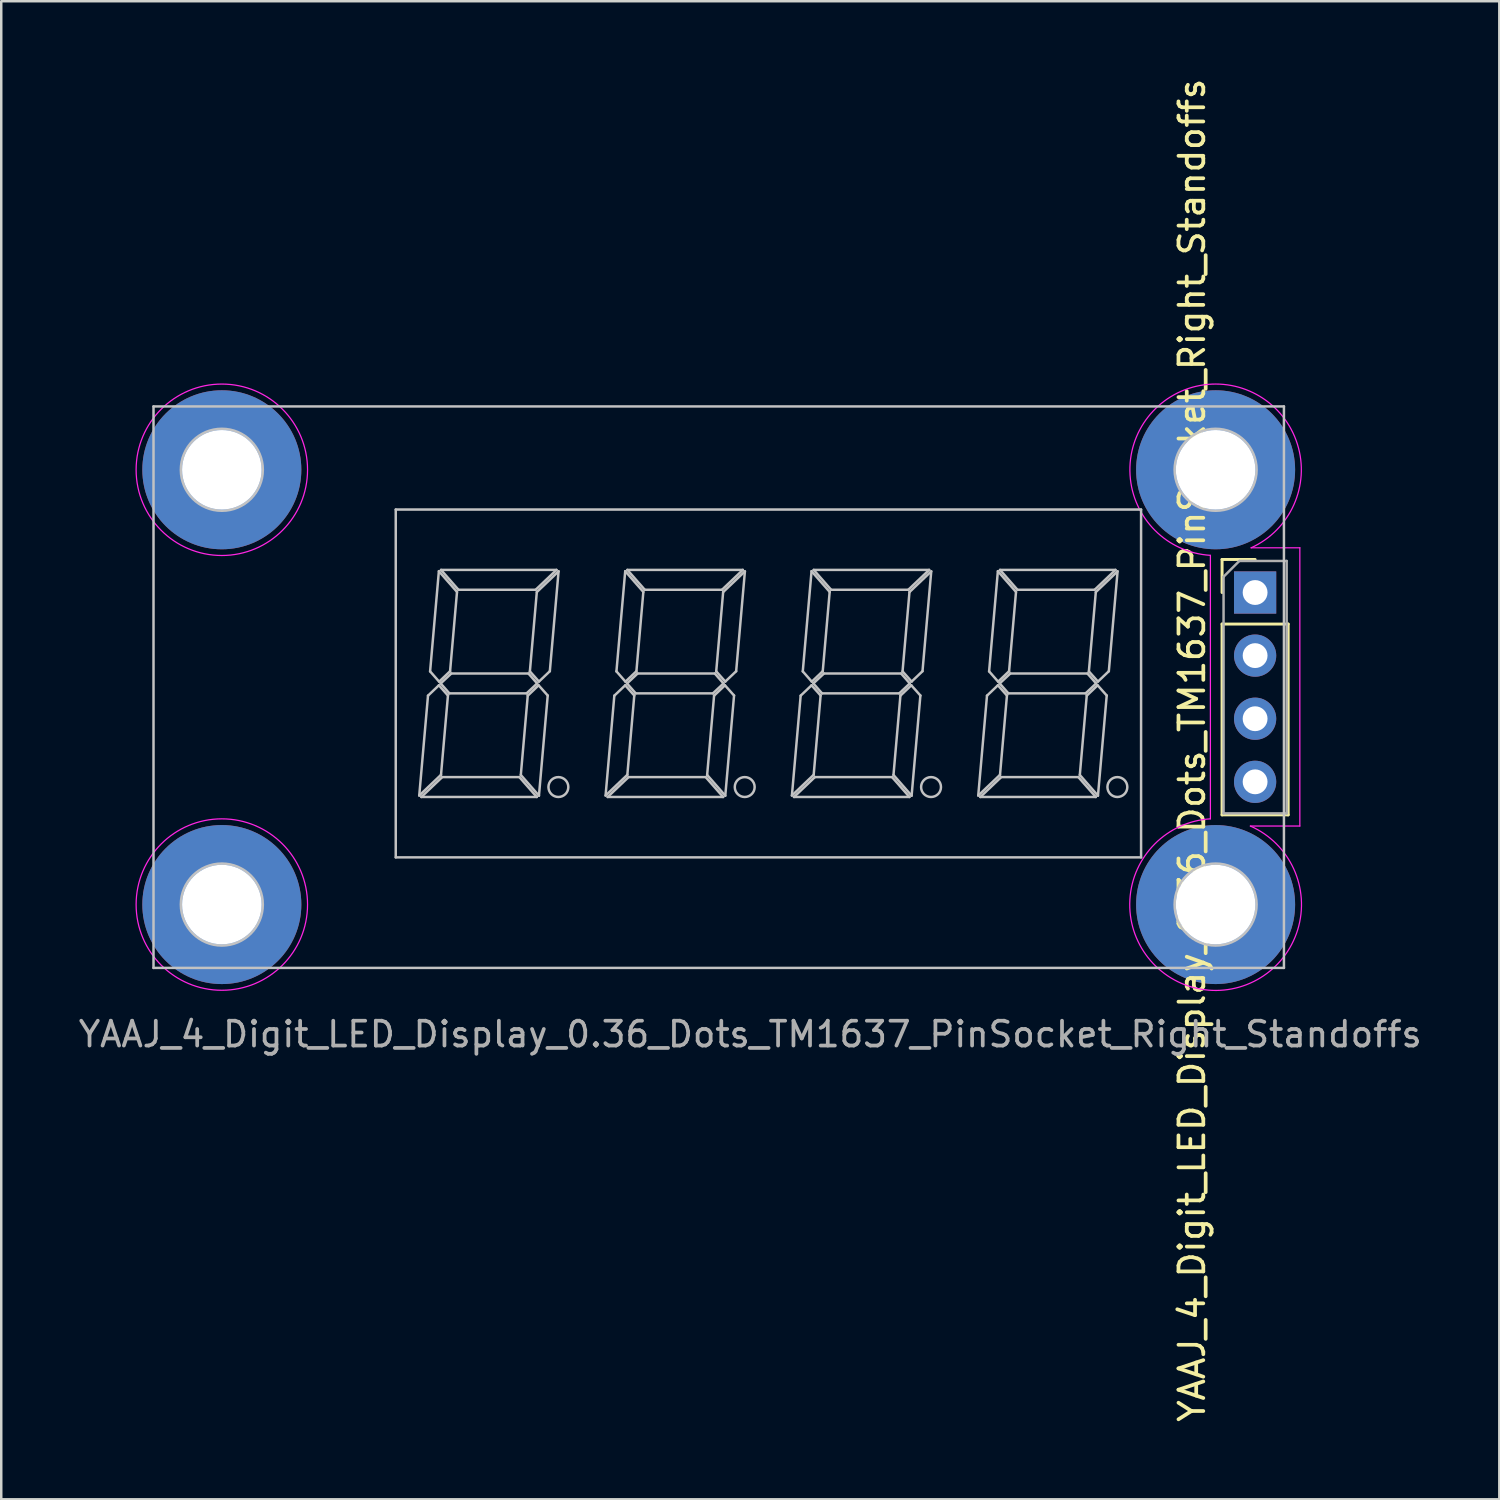
<source format=kicad_pcb>
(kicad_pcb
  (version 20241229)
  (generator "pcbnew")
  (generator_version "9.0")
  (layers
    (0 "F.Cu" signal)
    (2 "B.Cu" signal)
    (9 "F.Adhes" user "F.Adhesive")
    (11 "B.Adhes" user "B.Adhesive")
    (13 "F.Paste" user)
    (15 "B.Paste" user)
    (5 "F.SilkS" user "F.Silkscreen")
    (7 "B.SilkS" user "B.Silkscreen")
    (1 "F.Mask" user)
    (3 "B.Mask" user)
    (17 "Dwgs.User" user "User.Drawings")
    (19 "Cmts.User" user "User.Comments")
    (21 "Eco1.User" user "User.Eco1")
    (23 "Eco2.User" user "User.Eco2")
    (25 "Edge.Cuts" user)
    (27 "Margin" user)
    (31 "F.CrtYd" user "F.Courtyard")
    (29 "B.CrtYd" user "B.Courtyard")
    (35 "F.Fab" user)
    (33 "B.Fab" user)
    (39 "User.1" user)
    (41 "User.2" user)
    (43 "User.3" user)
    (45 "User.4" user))
  (footprint "YAAJ_4_Digit_LED_Display_0.36_Dots_TM1637_PinSocket_Right_Standoffs"
    (layer "F.Cu")
    (at 47.469 20.799)
    (property "Reference" "YAAJ_4_Digit_LED_Display_0.36_Dots_TM1637_PinSocket_Right_Standoffs" (at -2.54 6.35 90) (layer "F.SilkS") (effects (font (size 1 1) (thickness 0.15))))
    (attr through_hole)
    (fp_line (start -1.33 -1.33) (end 0 -1.33) (stroke (width 0.12) (type solid)) (layer "F.SilkS"))
    (fp_line (start -1.33 0) (end -1.33 -1.33) (stroke (width 0.12) (type solid)) (layer "F.SilkS"))
    (fp_line (start -1.33 1.27) (end -1.33 8.95) (stroke (width 0.12) (type solid)) (layer "F.SilkS"))
    (fp_line (start -1.33 1.27) (end 1.33 1.27) (stroke (width 0.12) (type solid)) (layer "F.SilkS"))
    (fp_line (start -1.33 8.95) (end 1.33 8.95) (stroke (width 0.12) (type solid)) (layer "F.SilkS"))
    (fp_line (start 1.33 1.27) (end 1.33 8.95) (stroke (width 0.12) (type solid)) (layer "F.SilkS"))
    (fp_line (start -44.34 -7.49) (end -44.34 15.11) (stroke (width 0.1) (type solid)) (layer "Dwgs.User"))
    (fp_line (start -44.34 15.11) (end 1.16 15.11) (stroke (width 0.1) (type solid)) (layer "Dwgs.User"))
    (fp_line (start -34.59 -3.34) (end -34.59 10.66) (stroke (width 0.1) (type solid)) (layer "Dwgs.User"))
    (fp_line (start -34.59 10.66) (end -4.59 10.66) (stroke (width 0.1) (type solid)) (layer "Dwgs.User"))
    (fp_line (start -33.644 8.172) (end -32.768 7.338) (stroke (width 0.1) (type solid)) (layer "Dwgs.User"))
    (fp_line (start -33.56 8.23) (end -28.913 8.23) (stroke (width 0.1) (type solid)) (layer "Dwgs.User"))
    (fp_line (start -33.292 4.152) (end -33.644 8.172) (stroke (width 0.1) (type solid)) (layer "Dwgs.User"))
    (fp_line (start -33.207 3.174) (end -32.844 3.588) (stroke (width 0.1) (type solid)) (layer "Dwgs.User"))
    (fp_line (start -32.854 3.735) (end -33.292 4.152) (stroke (width 0.1) (type solid)) (layer "Dwgs.User"))
    (fp_line (start -32.854 -0.858) (end -33.207 3.174) (stroke (width 0.1) (type solid)) (layer "Dwgs.User"))
    (fp_line (start -32.844 3.588) (end -32.403 3.168) (stroke (width 0.1) (type solid)) (layer "Dwgs.User"))
    (fp_line (start -32.781 3.66) (end -32.431 4.06) (stroke (width 0.1) (type solid)) (layer "Dwgs.User"))
    (fp_line (start -32.768 7.338) (end -32.489 4.146) (stroke (width 0.1) (type solid)) (layer "Dwgs.User"))
    (fp_line (start -32.767 -0.91) (end -32.066 -0.11) (stroke (width 0.1) (type solid)) (layer "Dwgs.User"))
    (fp_line (start -32.72 7.43) (end -33.56 8.23) (stroke (width 0.1) (type solid)) (layer "Dwgs.User"))
    (fp_line (start -32.489 4.146) (end -32.854 3.735) (stroke (width 0.1) (type solid)) (layer "Dwgs.User"))
    (fp_line (start -32.431 4.06) (end -29.325 4.06) (stroke (width 0.1) (type solid)) (layer "Dwgs.User"))
    (fp_line (start -32.403 3.168) (end -32.124 -0.024) (stroke (width 0.1) (type solid)) (layer "Dwgs.User"))
    (fp_line (start -32.355 3.26) (end -32.781 3.66) (stroke (width 0.1) (type solid)) (layer "Dwgs.User"))
    (fp_line (start -32.124 -0.024) (end -32.854 -0.858) (stroke (width 0.1) (type solid)) (layer "Dwgs.User"))
    (fp_line (start -32.066 -0.11) (end -28.96 -0.11) (stroke (width 0.1) (type solid)) (layer "Dwgs.User"))
    (fp_line (start -29.614 7.43) (end -32.72 7.43) (stroke (width 0.1) (type solid)) (layer "Dwgs.User"))
    (fp_line (start -29.556 7.344) (end -28.826 8.178) (stroke (width 0.1) (type solid)) (layer "Dwgs.User"))
    (fp_line (start -29.325 4.06) (end -28.899 3.66) (stroke (width 0.1) (type solid)) (layer "Dwgs.User"))
    (fp_line (start -29.277 4.152) (end -29.556 7.344) (stroke (width 0.1) (type solid)) (layer "Dwgs.User"))
    (fp_line (start -29.249 3.26) (end -32.355 3.26) (stroke (width 0.1) (type solid)) (layer "Dwgs.User"))
    (fp_line (start -29.191 3.174) (end -28.826 3.585) (stroke (width 0.1) (type solid)) (layer "Dwgs.User"))
    (fp_line (start -28.96 -0.11) (end -28.12 -0.91) (stroke (width 0.1) (type solid)) (layer "Dwgs.User"))
    (fp_line (start -28.913 8.23) (end -29.614 7.43) (stroke (width 0.1) (type solid)) (layer "Dwgs.User"))
    (fp_line (start -28.912 -0.018) (end -29.191 3.174) (stroke (width 0.1) (type solid)) (layer "Dwgs.User"))
    (fp_line (start -28.899 3.66) (end -29.249 3.26) (stroke (width 0.1) (type solid)) (layer "Dwgs.User"))
    (fp_line (start -28.839 3.735) (end -29.277 4.152) (stroke (width 0.1) (type solid)) (layer "Dwgs.User"))
    (fp_line (start -28.826 8.178) (end -28.473 4.146) (stroke (width 0.1) (type solid)) (layer "Dwgs.User"))
    (fp_line (start -28.826 3.585) (end -28.388 3.168) (stroke (width 0.1) (type solid)) (layer "Dwgs.User"))
    (fp_line (start -28.473 4.146) (end -28.839 3.735) (stroke (width 0.1) (type solid)) (layer "Dwgs.User"))
    (fp_line (start -28.388 3.168) (end -28.036 -0.852) (stroke (width 0.1) (type solid)) (layer "Dwgs.User"))
    (fp_line (start -28.12 -0.91) (end -32.767 -0.91) (stroke (width 0.1) (type solid)) (layer "Dwgs.User"))
    (fp_line (start -28.036 -0.852) (end -28.912 -0.018) (stroke (width 0.1) (type solid)) (layer "Dwgs.User"))
    (fp_line (start -26.144 8.172) (end -25.268 7.338) (stroke (width 0.1) (type solid)) (layer "Dwgs.User"))
    (fp_line (start -26.06 8.23) (end -21.413 8.23) (stroke (width 0.1) (type solid)) (layer "Dwgs.User"))
    (fp_line (start -25.792 4.152) (end -26.144 8.172) (stroke (width 0.1) (type solid)) (layer "Dwgs.User"))
    (fp_line (start -25.707 3.174) (end -25.344 3.588) (stroke (width 0.1) (type solid)) (layer "Dwgs.User"))
    (fp_line (start -25.354 3.735) (end -25.792 4.152) (stroke (width 0.1) (type solid)) (layer "Dwgs.User"))
    (fp_line (start -25.354 -0.858) (end -25.707 3.174) (stroke (width 0.1) (type solid)) (layer "Dwgs.User"))
    (fp_line (start -25.344 3.588) (end -24.903 3.168) (stroke (width 0.1) (type solid)) (layer "Dwgs.User"))
    (fp_line (start -25.281 3.66) (end -24.931 4.06) (stroke (width 0.1) (type solid)) (layer "Dwgs.User"))
    (fp_line (start -25.268 7.338) (end -24.989 4.146) (stroke (width 0.1) (type solid)) (layer "Dwgs.User"))
    (fp_line (start -25.267 -0.91) (end -24.566 -0.11) (stroke (width 0.1) (type solid)) (layer "Dwgs.User"))
    (fp_line (start -25.22 7.43) (end -26.06 8.23) (stroke (width 0.1) (type solid)) (layer "Dwgs.User"))
    (fp_line (start -24.989 4.146) (end -25.354 3.735) (stroke (width 0.1) (type solid)) (layer "Dwgs.User"))
    (fp_line (start -24.931 4.06) (end -21.825 4.06) (stroke (width 0.1) (type solid)) (layer "Dwgs.User"))
    (fp_line (start -24.903 3.168) (end -24.624 -0.024) (stroke (width 0.1) (type solid)) (layer "Dwgs.User"))
    (fp_line (start -24.855 3.26) (end -25.281 3.66) (stroke (width 0.1) (type solid)) (layer "Dwgs.User"))
    (fp_line (start -24.624 -0.024) (end -25.354 -0.858) (stroke (width 0.1) (type solid)) (layer "Dwgs.User"))
    (fp_line (start -24.566 -0.11) (end -21.46 -0.11) (stroke (width 0.1) (type solid)) (layer "Dwgs.User"))
    (fp_line (start -22.114 7.43) (end -25.22 7.43) (stroke (width 0.1) (type solid)) (layer "Dwgs.User"))
    (fp_line (start -22.056 7.344) (end -21.326 8.178) (stroke (width 0.1) (type solid)) (layer "Dwgs.User"))
    (fp_line (start -21.825 4.06) (end -21.399 3.66) (stroke (width 0.1) (type solid)) (layer "Dwgs.User"))
    (fp_line (start -21.777 4.152) (end -22.056 7.344) (stroke (width 0.1) (type solid)) (layer "Dwgs.User"))
    (fp_line (start -21.749 3.26) (end -24.855 3.26) (stroke (width 0.1) (type solid)) (layer "Dwgs.User"))
    (fp_line (start -21.691 3.174) (end -21.326 3.585) (stroke (width 0.1) (type solid)) (layer "Dwgs.User"))
    (fp_line (start -21.46 -0.11) (end -20.62 -0.91) (stroke (width 0.1) (type solid)) (layer "Dwgs.User"))
    (fp_line (start -21.413 8.23) (end -22.114 7.43) (stroke (width 0.1) (type solid)) (layer "Dwgs.User"))
    (fp_line (start -21.412 -0.018) (end -21.691 3.174) (stroke (width 0.1) (type solid)) (layer "Dwgs.User"))
    (fp_line (start -21.399 3.66) (end -21.749 3.26) (stroke (width 0.1) (type solid)) (layer "Dwgs.User"))
    (fp_line (start -21.339 3.735) (end -21.777 4.152) (stroke (width 0.1) (type solid)) (layer "Dwgs.User"))
    (fp_line (start -21.326 8.178) (end -20.973 4.146) (stroke (width 0.1) (type solid)) (layer "Dwgs.User"))
    (fp_line (start -21.326 3.585) (end -20.888 3.168) (stroke (width 0.1) (type solid)) (layer "Dwgs.User"))
    (fp_line (start -20.973 4.146) (end -21.339 3.735) (stroke (width 0.1) (type solid)) (layer "Dwgs.User"))
    (fp_line (start -20.888 3.168) (end -20.536 -0.852) (stroke (width 0.1) (type solid)) (layer "Dwgs.User"))
    (fp_line (start -20.62 -0.91) (end -25.267 -0.91) (stroke (width 0.1) (type solid)) (layer "Dwgs.User"))
    (fp_line (start -20.536 -0.852) (end -21.412 -0.018) (stroke (width 0.1) (type solid)) (layer "Dwgs.User"))
    (fp_line (start -18.644 8.172) (end -17.768 7.338) (stroke (width 0.1) (type solid)) (layer "Dwgs.User"))
    (fp_line (start -18.56 8.23) (end -13.913 8.23) (stroke (width 0.1) (type solid)) (layer "Dwgs.User"))
    (fp_line (start -18.292 4.152) (end -18.644 8.172) (stroke (width 0.1) (type solid)) (layer "Dwgs.User"))
    (fp_line (start -18.207 3.174) (end -17.844 3.588) (stroke (width 0.1) (type solid)) (layer "Dwgs.User"))
    (fp_line (start -17.854 3.735) (end -18.292 4.152) (stroke (width 0.1) (type solid)) (layer "Dwgs.User"))
    (fp_line (start -17.854 -0.858) (end -18.207 3.174) (stroke (width 0.1) (type solid)) (layer "Dwgs.User"))
    (fp_line (start -17.844 3.588) (end -17.403 3.168) (stroke (width 0.1) (type solid)) (layer "Dwgs.User"))
    (fp_line (start -17.781 3.66) (end -17.431 4.06) (stroke (width 0.1) (type solid)) (layer "Dwgs.User"))
    (fp_line (start -17.768 7.338) (end -17.489 4.146) (stroke (width 0.1) (type solid)) (layer "Dwgs.User"))
    (fp_line (start -17.767 -0.91) (end -17.066 -0.11) (stroke (width 0.1) (type solid)) (layer "Dwgs.User"))
    (fp_line (start -17.72 7.43) (end -18.56 8.23) (stroke (width 0.1) (type solid)) (layer "Dwgs.User"))
    (fp_line (start -17.489 4.146) (end -17.854 3.735) (stroke (width 0.1) (type solid)) (layer "Dwgs.User"))
    (fp_line (start -17.431 4.06) (end -14.325 4.06) (stroke (width 0.1) (type solid)) (layer "Dwgs.User"))
    (fp_line (start -17.403 3.168) (end -17.124 -0.024) (stroke (width 0.1) (type solid)) (layer "Dwgs.User"))
    (fp_line (start -17.355 3.26) (end -17.781 3.66) (stroke (width 0.1) (type solid)) (layer "Dwgs.User"))
    (fp_line (start -17.124 -0.024) (end -17.854 -0.858) (stroke (width 0.1) (type solid)) (layer "Dwgs.User"))
    (fp_line (start -17.066 -0.11) (end -13.96 -0.11) (stroke (width 0.1) (type solid)) (layer "Dwgs.User"))
    (fp_line (start -14.614 7.43) (end -17.72 7.43) (stroke (width 0.1) (type solid)) (layer "Dwgs.User"))
    (fp_line (start -14.556 7.344) (end -13.826 8.178) (stroke (width 0.1) (type solid)) (layer "Dwgs.User"))
    (fp_line (start -14.325 4.06) (end -13.899 3.66) (stroke (width 0.1) (type solid)) (layer "Dwgs.User"))
    (fp_line (start -14.277 4.152) (end -14.556 7.344) (stroke (width 0.1) (type solid)) (layer "Dwgs.User"))
    (fp_line (start -14.249 3.26) (end -17.355 3.26) (stroke (width 0.1) (type solid)) (layer "Dwgs.User"))
    (fp_line (start -14.191 3.174) (end -13.826 3.585) (stroke (width 0.1) (type solid)) (layer "Dwgs.User"))
    (fp_line (start -13.96 -0.11) (end -13.12 -0.91) (stroke (width 0.1) (type solid)) (layer "Dwgs.User"))
    (fp_line (start -13.913 8.23) (end -14.614 7.43) (stroke (width 0.1) (type solid)) (layer "Dwgs.User"))
    (fp_line (start -13.912 -0.018) (end -14.191 3.174) (stroke (width 0.1) (type solid)) (layer "Dwgs.User"))
    (fp_line (start -13.899 3.66) (end -14.249 3.26) (stroke (width 0.1) (type solid)) (layer "Dwgs.User"))
    (fp_line (start -13.839 3.735) (end -14.277 4.152) (stroke (width 0.1) (type solid)) (layer "Dwgs.User"))
    (fp_line (start -13.826 8.178) (end -13.473 4.146) (stroke (width 0.1) (type solid)) (layer "Dwgs.User"))
    (fp_line (start -13.826 3.585) (end -13.388 3.168) (stroke (width 0.1) (type solid)) (layer "Dwgs.User"))
    (fp_line (start -13.473 4.146) (end -13.839 3.735) (stroke (width 0.1) (type solid)) (layer "Dwgs.User"))
    (fp_line (start -13.388 3.168) (end -13.036 -0.852) (stroke (width 0.1) (type solid)) (layer "Dwgs.User"))
    (fp_line (start -13.12 -0.91) (end -17.767 -0.91) (stroke (width 0.1) (type solid)) (layer "Dwgs.User"))
    (fp_line (start -13.036 -0.852) (end -13.912 -0.018) (stroke (width 0.1) (type solid)) (layer "Dwgs.User"))
    (fp_line (start -11.144 8.172) (end -10.268 7.338) (stroke (width 0.1) (type solid)) (layer "Dwgs.User"))
    (fp_line (start -11.06 8.23) (end -6.413 8.23) (stroke (width 0.1) (type solid)) (layer "Dwgs.User"))
    (fp_line (start -10.792 4.152) (end -11.144 8.172) (stroke (width 0.1) (type solid)) (layer "Dwgs.User"))
    (fp_line (start -10.707 3.174) (end -10.344 3.588) (stroke (width 0.1) (type solid)) (layer "Dwgs.User"))
    (fp_line (start -10.354 3.735) (end -10.792 4.152) (stroke (width 0.1) (type solid)) (layer "Dwgs.User"))
    (fp_line (start -10.354 -0.858) (end -10.707 3.174) (stroke (width 0.1) (type solid)) (layer "Dwgs.User"))
    (fp_line (start -10.344 3.588) (end -9.903 3.168) (stroke (width 0.1) (type solid)) (layer "Dwgs.User"))
    (fp_line (start -10.281 3.66) (end -9.931 4.06) (stroke (width 0.1) (type solid)) (layer "Dwgs.User"))
    (fp_line (start -10.268 7.338) (end -9.989 4.146) (stroke (width 0.1) (type solid)) (layer "Dwgs.User"))
    (fp_line (start -10.267 -0.91) (end -9.566 -0.11) (stroke (width 0.1) (type solid)) (layer "Dwgs.User"))
    (fp_line (start -10.22 7.43) (end -11.06 8.23) (stroke (width 0.1) (type solid)) (layer "Dwgs.User"))
    (fp_line (start -9.989 4.146) (end -10.354 3.735) (stroke (width 0.1) (type solid)) (layer "Dwgs.User"))
    (fp_line (start -9.931 4.06) (end -6.825 4.06) (stroke (width 0.1) (type solid)) (layer "Dwgs.User"))
    (fp_line (start -9.903 3.168) (end -9.624 -0.024) (stroke (width 0.1) (type solid)) (layer "Dwgs.User"))
    (fp_line (start -9.855 3.26) (end -10.281 3.66) (stroke (width 0.1) (type solid)) (layer "Dwgs.User"))
    (fp_line (start -9.624 -0.024) (end -10.354 -0.858) (stroke (width 0.1) (type solid)) (layer "Dwgs.User"))
    (fp_line (start -9.566 -0.11) (end -6.46 -0.11) (stroke (width 0.1) (type solid)) (layer "Dwgs.User"))
    (fp_line (start -7.114 7.43) (end -10.22 7.43) (stroke (width 0.1) (type solid)) (layer "Dwgs.User"))
    (fp_line (start -7.056 7.344) (end -6.326 8.178) (stroke (width 0.1) (type solid)) (layer "Dwgs.User"))
    (fp_line (start -6.825 4.06) (end -6.399 3.66) (stroke (width 0.1) (type solid)) (layer "Dwgs.User"))
    (fp_line (start -6.777 4.152) (end -7.056 7.344) (stroke (width 0.1) (type solid)) (layer "Dwgs.User"))
    (fp_line (start -6.749 3.26) (end -9.855 3.26) (stroke (width 0.1) (type solid)) (layer "Dwgs.User"))
    (fp_line (start -6.691 3.174) (end -6.326 3.585) (stroke (width 0.1) (type solid)) (layer "Dwgs.User"))
    (fp_line (start -6.46 -0.11) (end -5.62 -0.91) (stroke (width 0.1) (type solid)) (layer "Dwgs.User"))
    (fp_line (start -6.413 8.23) (end -7.114 7.43) (stroke (width 0.1) (type solid)) (layer "Dwgs.User"))
    (fp_line (start -6.412 -0.018) (end -6.691 3.174) (stroke (width 0.1) (type solid)) (layer "Dwgs.User"))
    (fp_line (start -6.399 3.66) (end -6.749 3.26) (stroke (width 0.1) (type solid)) (layer "Dwgs.User"))
    (fp_line (start -6.339 3.735) (end -6.777 4.152) (stroke (width 0.1) (type solid)) (layer "Dwgs.User"))
    (fp_line (start -6.326 8.178) (end -5.973 4.146) (stroke (width 0.1) (type solid)) (layer "Dwgs.User"))
    (fp_line (start -6.326 3.585) (end -5.888 3.168) (stroke (width 0.1) (type solid)) (layer "Dwgs.User"))
    (fp_line (start -5.973 4.146) (end -6.339 3.735) (stroke (width 0.1) (type solid)) (layer "Dwgs.User"))
    (fp_line (start -5.888 3.168) (end -5.536 -0.852) (stroke (width 0.1) (type solid)) (layer "Dwgs.User"))
    (fp_line (start -5.62 -0.91) (end -10.267 -0.91) (stroke (width 0.1) (type solid)) (layer "Dwgs.User"))
    (fp_line (start -5.536 -0.852) (end -6.412 -0.018) (stroke (width 0.1) (type solid)) (layer "Dwgs.User"))
    (fp_line (start -4.59 -3.34) (end -34.59 -3.34) (stroke (width 0.1) (type solid)) (layer "Dwgs.User"))
    (fp_line (start -4.59 10.66) (end -4.59 -3.34) (stroke (width 0.1) (type solid)) (layer "Dwgs.User"))
    (fp_line (start 1.16 -7.49) (end -44.34 -7.49) (stroke (width 0.1) (type solid)) (layer "Dwgs.User"))
    (fp_line (start 1.16 15.11) (end 1.16 -7.49) (stroke (width 0.1) (type solid)) (layer "Dwgs.User"))
    (fp_circle (center -41.59 -4.94) (end -39.94 -4.94) (stroke (width 0.1) (type solid)) (fill no) (layer "Dwgs.User"))
    (fp_circle (center -41.59 12.56) (end -39.94 12.56) (stroke (width 0.1) (type solid)) (fill no) (layer "Dwgs.User"))
    (fp_circle (center -28.044 7.83) (end -27.644 7.83) (stroke (width 0.1) (type solid)) (fill no) (layer "Dwgs.User"))
    (fp_circle (center -20.544 7.83) (end -20.144 7.83) (stroke (width 0.1) (type solid)) (fill no) (layer "Dwgs.User"))
    (fp_circle (center -13.044 7.83) (end -12.644 7.83) (stroke (width 0.1) (type solid)) (fill no) (layer "Dwgs.User"))
    (fp_circle (center -5.544 7.83) (end -5.144 7.83) (stroke (width 0.1) (type solid)) (fill no) (layer "Dwgs.User"))
    (fp_circle (center -1.59 -4.94) (end 0.06 -4.94) (stroke (width 0.1) (type solid)) (fill no) (layer "Dwgs.User"))
    (fp_circle (center -1.59 12.56) (end 0.06 12.56) (stroke (width 0.1) (type solid)) (fill no) (layer "Dwgs.User"))
    (fp_line (start -1.8 -1.496) (end -1.8 9.11) (stroke (width 0.05) (type solid)) (layer "F.CrtYd"))
    (fp_line (start -0.19 9.4) (end 1.8 9.4) (stroke (width 0.05) (type solid)) (layer "F.CrtYd"))
    (fp_line (start 1.8 -1.8) (end -0.16 -1.8) (stroke (width 0.05) (type solid)) (layer "F.CrtYd"))
    (fp_line (start 1.8 9.4) (end 1.8 -1.8) (stroke (width 0.05) (type solid)) (layer "F.CrtYd"))
    (fp_arc (start -1.800415 -1.496132) (mid -2.218435 -8.332576) (end -0.16 -1.8) (stroke (width 0.05) (type solid)) (layer "F.CrtYd"))
    (fp_arc (start -0.189941 9.399868) (mid -2.202426 15.961696) (end -1.8 9.11) (stroke (width 0.05) (type solid)) (layer "F.CrtYd"))
    (fp_circle (center -41.59 -4.94) (end -38.14 -4.94) (stroke (width 0.05) (type solid)) (fill no) (layer "F.CrtYd"))
    (fp_circle (center -41.59 12.56) (end -38.14 12.56) (stroke (width 0.05) (type solid)) (fill no) (layer "F.CrtYd"))
    (fp_line (start -1.27 -0.635) (end -0.635 -1.27) (stroke (width 0.1) (type solid)) (layer "F.Fab"))
    (fp_line (start -1.27 8.89) (end -1.27 -0.635) (stroke (width 0.1) (type solid)) (layer "F.Fab"))
    (fp_line (start -0.635 -1.27) (end 1.27 -1.27) (stroke (width 0.1) (type solid)) (layer "F.Fab"))
    (fp_line (start 1.27 -1.27) (end 1.27 8.89) (stroke (width 0.1) (type solid)) (layer "F.Fab"))
    (fp_line (start 1.27 8.89) (end -1.27 8.89) (stroke (width 0.1) (type solid)) (layer "F.Fab"))
    (fp_text user "YAAJ_4_Digit_LED_Display_0.36_Dots_TM1637_PinSocket_Right_Standoffs" (at -20.32 17.78 0) (layer "F.Fab") (effects (font (size 1 1) (thickness 0.15))))
    (pad "" thru_hole circle (at -41.59 -4.94) (size 6.4 6.4) (drill 3.2) (layers "*.Cu" "*.Mask"))
    (pad "" thru_hole circle (at -41.59 12.56) (size 6.4 6.4) (drill 3.2) (layers "*.Cu" "*.Mask"))
    (pad "" thru_hole circle (at -1.59 -4.94) (size 6.4 6.4) (drill 3.2) (layers "*.Cu" "*.Mask"))
    (pad "" thru_hole circle (at -1.59 12.56) (size 6.4 6.4) (drill 3.2) (layers "*.Cu" "*.Mask"))
    (pad "1" thru_hole rect (at 0 0) (size 1.7 1.7) (drill 1) (layers "*.Cu" "*.Mask"))
    (pad "2" thru_hole oval (at 0 2.54) (size 1.7 1.7) (drill 1) (layers "*.Cu" "*.Mask"))
    (pad "3" thru_hole oval (at 0 5.08) (size 1.7 1.7) (drill 1) (layers "*.Cu" "*.Mask"))
    (pad "4" thru_hole oval (at 0 7.62) (size 1.7 1.7) (drill 1) (layers "*.Cu" "*.Mask")))
  (gr_rect
    (start -3 -3)
    (end 57.298 57.298)
    (stroke (width 0.1) (type default))
    (fill no)
    (layer "Edge.Cuts")))
</source>
